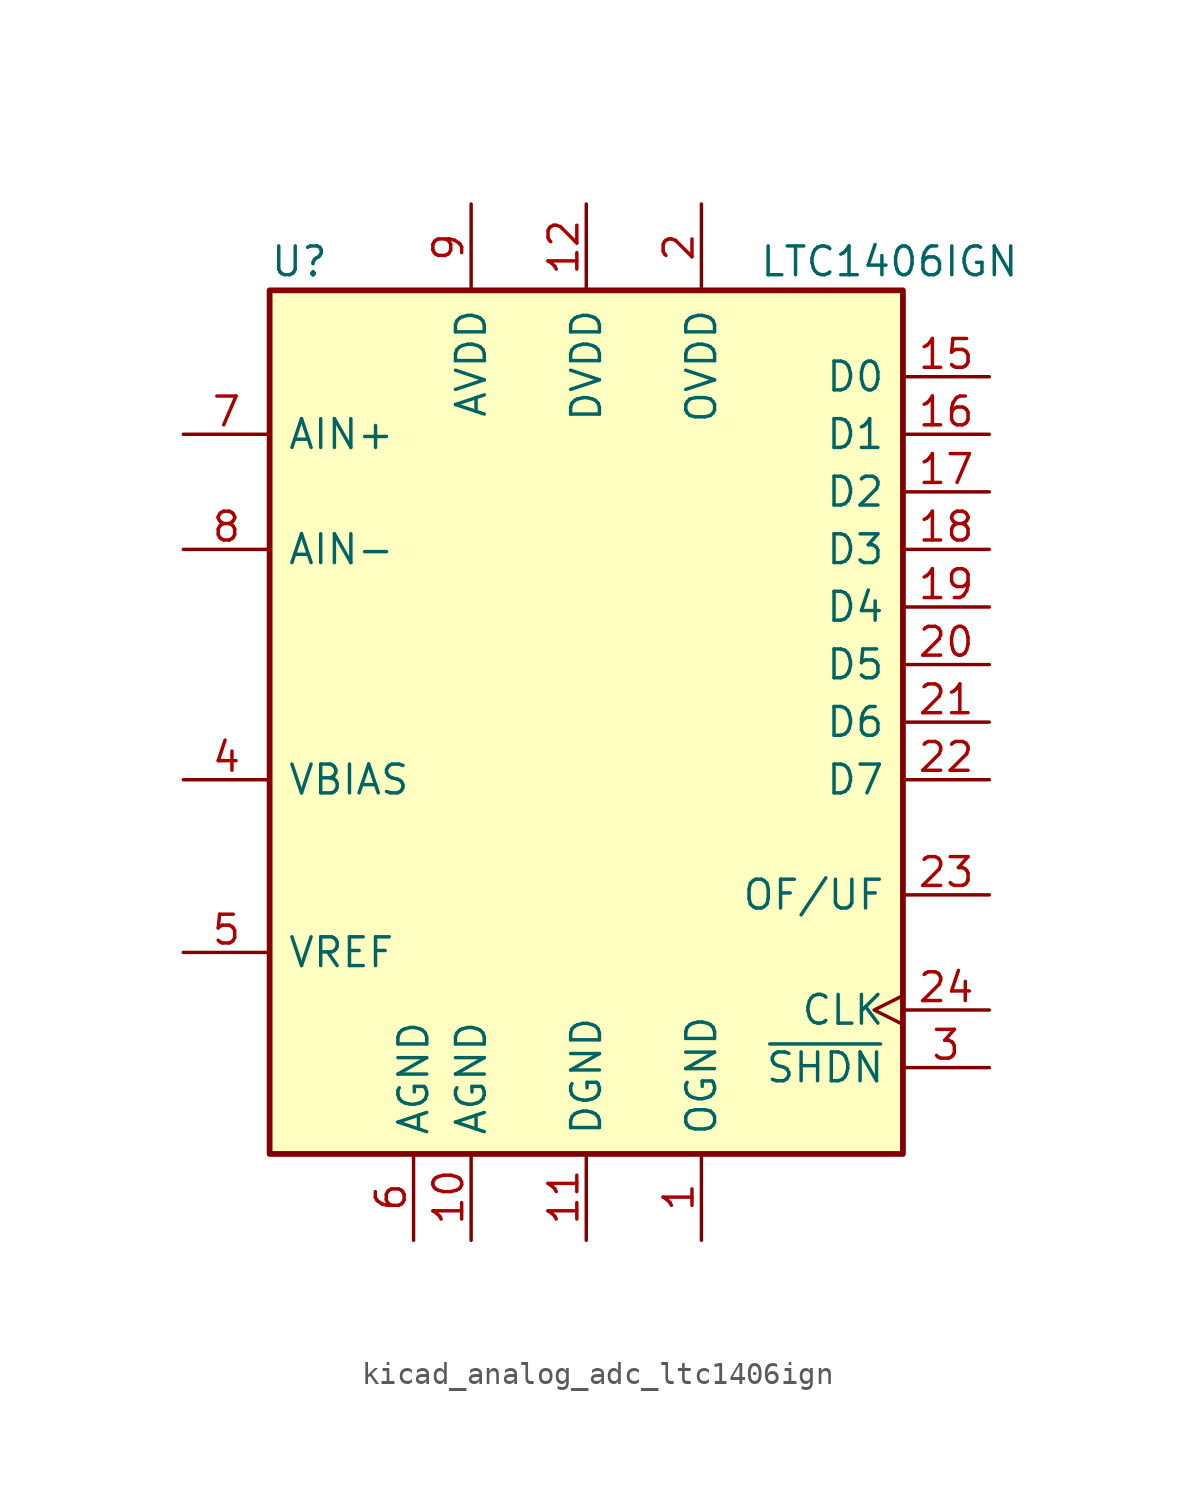
<source format=kicad_sym>
(kicad_symbol_lib
  (version 20220914)
  (generator kicad_symbol_editor)
  (symbol "kicad_analog_adc_ltc1406ign"
    (pin_names
      (offset 0.762))
    (property "Reference" "U"
      (at -13.97 20.32 0)
      (effects (font (size 1.27 1.27)) (justify left)))
    (property "Value" "LTC1406IGN"
      (at 7.62 20.32 0)
      (effects (font (size 1.27 1.27)) (justify left)))
    (symbol "kicad_analog_adc_ltc1406ign_0_1"
      (rectangle (start -13.97 -19.05) (end 13.97 19.05) (stroke (width 0.254) (type default)) (fill (type background))))
    (symbol "kicad_analog_adc_ltc1406ign_1_1"
      (pin power_in line (at 5.08 -22.86 90) (length 3.81) (name "OGND" (effects (font (size 1.27 1.27)))) (number "1" (effects (font (size 1.27 1.27)))))
      (pin power_in line (at -5.08 -22.86 90) (length 3.81) (name "AGND" (effects (font (size 1.27 1.27)))) (number "10" (effects (font (size 1.27 1.27)))))
      (pin power_in line (at 0 -22.86 90) (length 3.81) (name "DGND" (effects (font (size 1.27 1.27)))) (number "11" (effects (font (size 1.27 1.27)))))
      (pin power_in line (at 0 22.86 270) (length 3.81) (name "DVDD" (effects (font (size 1.27 1.27)))) (number "12" (effects (font (size 1.27 1.27)))))
      (pin no_connect line (at 7.62 -19.05 90) (length 3.81) hide (name "NC" (effects (font (size 1.27 1.27)))) (number "13" (effects (font (size 1.27 1.27)))))
      (pin no_connect line (at 10.16 -19.05 90) (length 3.81) hide (name "NC" (effects (font (size 1.27 1.27)))) (number "14" (effects (font (size 1.27 1.27)))))
      (pin output line (at 17.78 15.24 180) (length 3.81) (name "D0" (effects (font (size 1.27 1.27)))) (number "15" (effects (font (size 1.27 1.27)))))
      (pin output line (at 17.78 12.7 180) (length 3.81) (name "D1" (effects (font (size 1.27 1.27)))) (number "16" (effects (font (size 1.27 1.27)))))
      (pin output line (at 17.78 10.16 180) (length 3.81) (name "D2" (effects (font (size 1.27 1.27)))) (number "17" (effects (font (size 1.27 1.27)))))
      (pin output line (at 17.78 7.62 180) (length 3.81) (name "D3" (effects (font (size 1.27 1.27)))) (number "18" (effects (font (size 1.27 1.27)))))
      (pin output line (at 17.78 5.08 180) (length 3.81) (name "D4" (effects (font (size 1.27 1.27)))) (number "19" (effects (font (size 1.27 1.27)))))
      (pin power_in line (at 5.08 22.86 270) (length 3.81) (name "OVDD" (effects (font (size 1.27 1.27)))) (number "2" (effects (font (size 1.27 1.27)))))
      (pin output line (at 17.78 2.54 180) (length 3.81) (name "D5" (effects (font (size 1.27 1.27)))) (number "20" (effects (font (size 1.27 1.27)))))
      (pin output line (at 17.78 0 180) (length 3.81) (name "D6" (effects (font (size 1.27 1.27)))) (number "21" (effects (font (size 1.27 1.27)))))
      (pin output line (at 17.78 -2.54 180) (length 3.81) (name "D7" (effects (font (size 1.27 1.27)))) (number "22" (effects (font (size 1.27 1.27)))))
      (pin output line (at 17.78 -7.62 180) (length 3.81) (name "OF/UF" (effects (font (size 1.27 1.27)))) (number "23" (effects (font (size 1.27 1.27)))))
      (pin input clock (at 17.78 -12.7 180) (length 3.81) (name "CLK" (effects (font (size 1.27 1.27)))) (number "24" (effects (font (size 1.27 1.27)))))
      (pin input line (at 17.78 -15.24 180) (length 3.81) (name "~{SHDN}" (effects (font (size 1.27 1.27)))) (number "3" (effects (font (size 1.27 1.27)))))
      (pin input line (at -17.78 -2.54 0) (length 3.81) (name "VBIAS" (effects (font (size 1.27 1.27)))) (number "4" (effects (font (size 1.27 1.27)))))
      (pin input line (at -17.78 -10.16 0) (length 3.81) (name "VREF" (effects (font (size 1.27 1.27)))) (number "5" (effects (font (size 1.27 1.27)))))
      (pin power_in line (at -7.62 -22.86 90) (length 3.81) (name "AGND" (effects (font (size 1.27 1.27)))) (number "6" (effects (font (size 1.27 1.27)))))
      (pin input line (at -17.78 12.7 0) (length 3.81) (name "AIN+" (effects (font (size 1.27 1.27)))) (number "7" (effects (font (size 1.27 1.27)))))
      (pin input line (at -17.78 7.62 0) (length 3.81) (name "AIN-" (effects (font (size 1.27 1.27)))) (number "8" (effects (font (size 1.27 1.27)))))
      (pin power_in line (at -5.08 22.86 270) (length 3.81) (name "AVDD" (effects (font (size 1.27 1.27)))) (number "9" (effects (font (size 1.27 1.27))))))))
</source>
